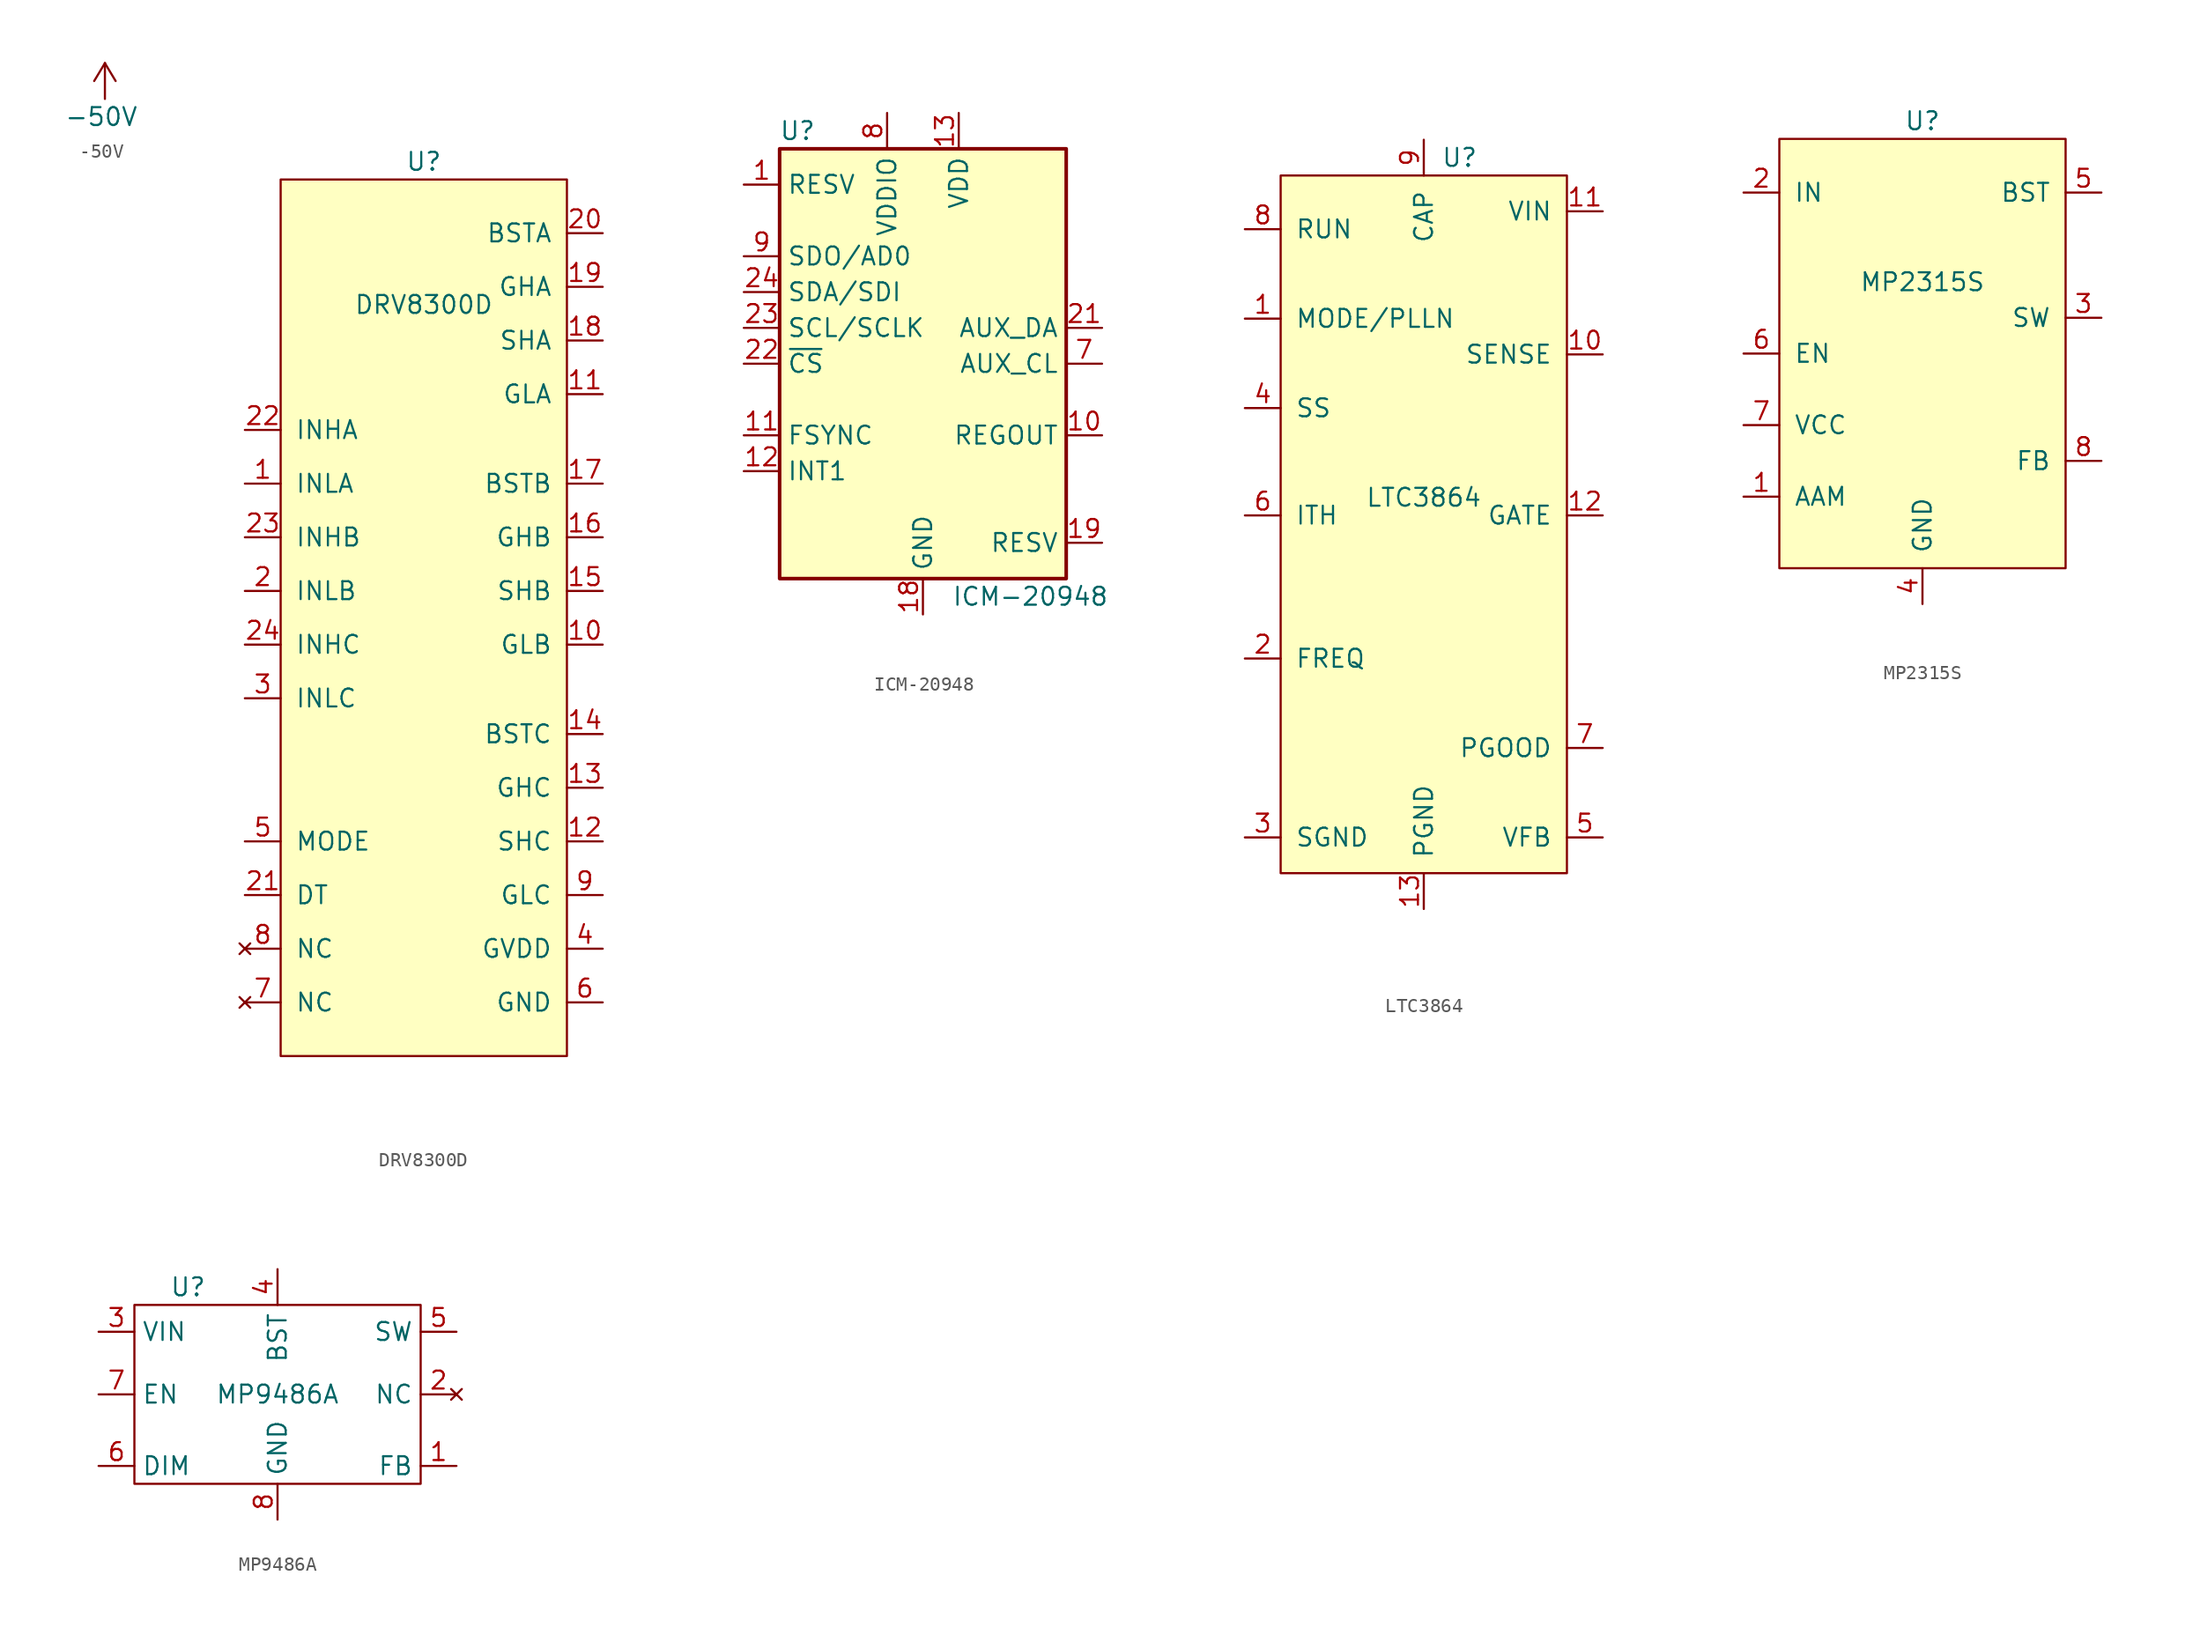
<source format=kicad_sym>
(kicad_symbol_lib
  (version 20220914)
  (generator kicad_symbol_editor)
  (symbol "-50V"
    (property "Reference" "PWR"
      (at 0 3.302 0)
      (effects (font (size 1.27 1.27)) hide))
    (property "Value" "-50V"
      (at -0.254 -1.27 0)
      (effects (font (size 1.27 1.27))))
    (symbol "-50V_0_1"
      (polyline (pts (xy -0.762 1.27) (xy 0 2.54)) (stroke (width 0) (type default)) (fill (type none)))
      (polyline (pts (xy 0 0) (xy 0 2.54)) (stroke (width 0) (type default)) (fill (type none)))
      (polyline (pts (xy 0 2.54) (xy 0.762 1.27)) (stroke (width 0) (type default)) (fill (type none))))
    (symbol "-50V_1_1"
      (pin power_in line (at 0 0 90) (length 0) hide (name "+50V" (effects (font (size 1.27 1.27)))) (number "1" (effects (font (size 1.27 1.27)))))))
  (symbol "DRV8300D"
    (pin_names
      (offset 1.016))
    (property "Reference" "U"
      (at 0 30.48 0)
      (effects (font (size 1.27 1.27))))
    (property "Value" "DRV8300D"
      (at 0 20.32 0)
      (effects (font (size 1.27 1.27))))
    (symbol "DRV8300D_0_1"
      (rectangle (start 10.16 -33.02) (end -10.16 29.21) (stroke (width 0) (type default)) (fill (type background))))
    (symbol "DRV8300D_1_1"
      (pin input line (at -12.7 7.62 0) (length 2.54) (name "INLA" (effects (font (size 1.27 1.27)))) (number "1" (effects (font (size 1.27 1.27)))))
      (pin output line (at 12.7 -3.81 180) (length 2.54) (name "GLB" (effects (font (size 1.27 1.27)))) (number "10" (effects (font (size 1.27 1.27)))))
      (pin output line (at 12.7 13.97 180) (length 2.54) (name "GLA" (effects (font (size 1.27 1.27)))) (number "11" (effects (font (size 1.27 1.27)))))
      (pin input line (at 12.7 -17.78 180) (length 2.54) (name "SHC" (effects (font (size 1.27 1.27)))) (number "12" (effects (font (size 1.27 1.27)))))
      (pin output line (at 12.7 -13.97 180) (length 2.54) (name "GHC" (effects (font (size 1.27 1.27)))) (number "13" (effects (font (size 1.27 1.27)))))
      (pin output line (at 12.7 -10.16 180) (length 2.54) (name "BSTC" (effects (font (size 1.27 1.27)))) (number "14" (effects (font (size 1.27 1.27)))))
      (pin input line (at 12.7 0 180) (length 2.54) (name "SHB" (effects (font (size 1.27 1.27)))) (number "15" (effects (font (size 1.27 1.27)))))
      (pin output line (at 12.7 3.81 180) (length 2.54) (name "GHB" (effects (font (size 1.27 1.27)))) (number "16" (effects (font (size 1.27 1.27)))))
      (pin output line (at 12.7 7.62 180) (length 2.54) (name "BSTB" (effects (font (size 1.27 1.27)))) (number "17" (effects (font (size 1.27 1.27)))))
      (pin input line (at 12.7 17.78 180) (length 2.54) (name "SHA" (effects (font (size 1.27 1.27)))) (number "18" (effects (font (size 1.27 1.27)))))
      (pin output line (at 12.7 21.59 180) (length 2.54) (name "GHA" (effects (font (size 1.27 1.27)))) (number "19" (effects (font (size 1.27 1.27)))))
      (pin input line (at -12.7 0 0) (length 2.54) (name "INLB" (effects (font (size 1.27 1.27)))) (number "2" (effects (font (size 1.27 1.27)))))
      (pin output line (at 12.7 25.4 180) (length 2.54) (name "BSTA" (effects (font (size 1.27 1.27)))) (number "20" (effects (font (size 1.27 1.27)))))
      (pin input line (at -12.7 -21.59 0) (length 2.54) (name "DT" (effects (font (size 1.27 1.27)))) (number "21" (effects (font (size 1.27 1.27)))))
      (pin input line (at -12.7 11.43 0) (length 2.54) (name "INHA" (effects (font (size 1.27 1.27)))) (number "22" (effects (font (size 1.27 1.27)))))
      (pin input line (at -12.7 3.81 0) (length 2.54) (name "INHB" (effects (font (size 1.27 1.27)))) (number "23" (effects (font (size 1.27 1.27)))))
      (pin input line (at -12.7 -3.81 0) (length 2.54) (name "INHC" (effects (font (size 1.27 1.27)))) (number "24" (effects (font (size 1.27 1.27)))))
      (pin power_in line (at 12.7 -29.21 180) (length 2.54) hide (name "GND" (effects (font (size 1.27 1.27)))) (number "25" (effects (font (size 1.27 1.27)))))
      (pin input line (at -12.7 -7.62 0) (length 2.54) (name "INLC" (effects (font (size 1.27 1.27)))) (number "3" (effects (font (size 1.27 1.27)))))
      (pin power_in line (at 12.7 -25.4 180) (length 2.54) (name "GVDD" (effects (font (size 1.27 1.27)))) (number "4" (effects (font (size 1.27 1.27)))))
      (pin input line (at -12.7 -17.78 0) (length 2.54) (name "MODE" (effects (font (size 1.27 1.27)))) (number "5" (effects (font (size 1.27 1.27)))))
      (pin power_in line (at 12.7 -29.21 180) (length 2.54) (name "GND" (effects (font (size 1.27 1.27)))) (number "6" (effects (font (size 1.27 1.27)))))
      (pin no_connect line (at -12.7 -29.21 0) (length 2.54) (name "NC" (effects (font (size 1.27 1.27)))) (number "7" (effects (font (size 1.27 1.27)))))
      (pin no_connect line (at -12.7 -25.4 0) (length 2.54) (name "NC" (effects (font (size 1.27 1.27)))) (number "8" (effects (font (size 1.27 1.27)))))
      (pin output line (at 12.7 -21.59 180) (length 2.54) (name "GLC" (effects (font (size 1.27 1.27)))) (number "9" (effects (font (size 1.27 1.27)))))))
  (symbol "ICM-20948"
    (property "Reference" "U"
      (at -8.89 16.51 0)
      (effects (font (size 1.27 1.27))))
    (property "Value" "ICM-20948"
      (at 7.62 -16.51 0)
      (effects (font (size 1.27 1.27))))
    (symbol "ICM-20948_0_1"
      (rectangle (start -10.16 15.24) (end 10.16 -15.24) (stroke (width 0.254) (type default)) (fill (type background))))
    (symbol "ICM-20948_1_1"
      (pin power_in line (at -12.7 12.7 0) (length 2.54) (name "RESV" (effects (font (size 1.27 1.27)))) (number "1" (effects (font (size 1.27 1.27)))))
      (pin passive line (at 12.7 -5.08 180) (length 2.54) (name "REGOUT" (effects (font (size 1.27 1.27)))) (number "10" (effects (font (size 1.27 1.27)))))
      (pin input line (at -12.7 -5.08 0) (length 2.54) (name "FSYNC" (effects (font (size 1.27 1.27)))) (number "11" (effects (font (size 1.27 1.27)))))
      (pin output line (at -12.7 -7.62 0) (length 2.54) (name "INT1" (effects (font (size 1.27 1.27)))) (number "12" (effects (font (size 1.27 1.27)))))
      (pin power_in line (at 2.54 17.78 270) (length 2.54) (name "VDD" (effects (font (size 1.27 1.27)))) (number "13" (effects (font (size 1.27 1.27)))))
      (pin no_connect line (at 10.16 7.62 180) (length 2.54) hide (name "NC" (effects (font (size 1.27 1.27)))) (number "14" (effects (font (size 1.27 1.27)))))
      (pin no_connect line (at 10.16 5.08 180) (length 2.54) hide (name "NC" (effects (font (size 1.27 1.27)))) (number "15" (effects (font (size 1.27 1.27)))))
      (pin no_connect line (at 10.16 -7.62 180) (length 2.54) hide (name "NC" (effects (font (size 1.27 1.27)))) (number "16" (effects (font (size 1.27 1.27)))))
      (pin no_connect line (at 10.16 -10.16 180) (length 2.54) hide (name "NC" (effects (font (size 1.27 1.27)))) (number "17" (effects (font (size 1.27 1.27)))))
      (pin power_in line (at 0 -17.78 90) (length 2.54) (name "GND" (effects (font (size 1.27 1.27)))) (number "18" (effects (font (size 1.27 1.27)))))
      (pin power_in line (at 12.7 -12.7 180) (length 2.54) (name "RESV" (effects (font (size 1.27 1.27)))) (number "19" (effects (font (size 1.27 1.27)))))
      (pin no_connect line (at -10.16 10.16 0) (length 2.54) hide (name "NC" (effects (font (size 1.27 1.27)))) (number "2" (effects (font (size 1.27 1.27)))))
      (pin passive line (at 0 -17.78 90) (length 2.54) hide (name "GND" (effects (font (size 1.27 1.27)))) (number "20" (effects (font (size 1.27 1.27)))))
      (pin bidirectional line (at 12.7 2.54 180) (length 2.54) (name "AUX_DA" (effects (font (size 1.27 1.27)))) (number "21" (effects (font (size 1.27 1.27)))))
      (pin input line (at -12.7 0 0) (length 2.54) (name "~{CS}" (effects (font (size 1.27 1.27)))) (number "22" (effects (font (size 1.27 1.27)))))
      (pin input line (at -12.7 2.54 0) (length 2.54) (name "SCL/SCLK" (effects (font (size 1.27 1.27)))) (number "23" (effects (font (size 1.27 1.27)))))
      (pin bidirectional line (at -12.7 5.08 0) (length 2.54) (name "SDA/SDI" (effects (font (size 1.27 1.27)))) (number "24" (effects (font (size 1.27 1.27)))))
      (pin no_connect line (at -10.16 -2.54 0) (length 2.54) hide (name "NC" (effects (font (size 1.27 1.27)))) (number "3" (effects (font (size 1.27 1.27)))))
      (pin no_connect line (at -10.16 -10.16 0) (length 2.54) hide (name "NC" (effects (font (size 1.27 1.27)))) (number "4" (effects (font (size 1.27 1.27)))))
      (pin no_connect line (at -10.16 -12.7 0) (length 2.54) hide (name "NC" (effects (font (size 1.27 1.27)))) (number "5" (effects (font (size 1.27 1.27)))))
      (pin no_connect line (at 10.16 10.16 180) (length 2.54) hide (name "NC" (effects (font (size 1.27 1.27)))) (number "6" (effects (font (size 1.27 1.27)))))
      (pin output line (at 12.7 0 180) (length 2.54) (name "AUX_CL" (effects (font (size 1.27 1.27)))) (number "7" (effects (font (size 1.27 1.27)))))
      (pin power_in line (at -2.54 17.78 270) (length 2.54) (name "VDDIO" (effects (font (size 1.27 1.27)))) (number "8" (effects (font (size 1.27 1.27)))))
      (pin bidirectional line (at -12.7 7.62 0) (length 2.54) (name "SDO/AD0" (effects (font (size 1.27 1.27)))) (number "9" (effects (font (size 1.27 1.27)))))))
  (symbol "LTC3864"
    (pin_names
      (offset 1.016))
    (property "Reference" "U"
      (at 2.54 25.4 0)
      (effects (font (size 1.27 1.27))))
    (property "Value" "LTC3864"
      (at 0 1.27 0)
      (effects (font (size 1.27 1.27))))
    (symbol "LTC3864_0_1"
      (rectangle (start -10.16 24.13) (end 10.16 -25.4) (stroke (width 0) (type default)) (fill (type background))))
    (symbol "LTC3864_1_1"
      (pin input line (at -12.7 13.97 0) (length 2.54) (name "MODE/PLLN" (effects (font (size 1.27 1.27)))) (number "1" (effects (font (size 1.27 1.27)))))
      (pin input line (at 12.7 11.43 180) (length 2.54) (name "SENSE" (effects (font (size 1.27 1.27)))) (number "10" (effects (font (size 1.27 1.27)))))
      (pin power_in line (at 12.7 21.59 180) (length 2.54) (name "VIN" (effects (font (size 1.27 1.27)))) (number "11" (effects (font (size 1.27 1.27)))))
      (pin output line (at 12.7 0 180) (length 2.54) (name "GATE" (effects (font (size 1.27 1.27)))) (number "12" (effects (font (size 1.27 1.27)))))
      (pin power_in line (at 0 -27.94 90) (length 2.54) (name "PGND" (effects (font (size 1.27 1.27)))) (number "13" (effects (font (size 1.27 1.27)))))
      (pin input line (at -12.7 -10.16 0) (length 2.54) (name "FREQ" (effects (font (size 1.27 1.27)))) (number "2" (effects (font (size 1.27 1.27)))))
      (pin power_in line (at -12.7 -22.86 0) (length 2.54) (name "SGND" (effects (font (size 1.27 1.27)))) (number "3" (effects (font (size 1.27 1.27)))))
      (pin input line (at -12.7 7.62 0) (length 2.54) (name "SS" (effects (font (size 1.27 1.27)))) (number "4" (effects (font (size 1.27 1.27)))))
      (pin output line (at 12.7 -22.86 180) (length 2.54) (name "VFB" (effects (font (size 1.27 1.27)))) (number "5" (effects (font (size 1.27 1.27)))))
      (pin output line (at -12.7 0 0) (length 2.54) (name "ITH" (effects (font (size 1.27 1.27)))) (number "6" (effects (font (size 1.27 1.27)))))
      (pin output line (at 12.7 -16.51 180) (length 2.54) (name "PGOOD" (effects (font (size 1.27 1.27)))) (number "7" (effects (font (size 1.27 1.27)))))
      (pin input line (at -12.7 20.32 0) (length 2.54) (name "RUN" (effects (font (size 1.27 1.27)))) (number "8" (effects (font (size 1.27 1.27)))))
      (pin power_in line (at 0 26.67 270) (length 2.54) (name "CAP" (effects (font (size 1.27 1.27)))) (number "9" (effects (font (size 1.27 1.27)))))))
  (symbol "MP2315S"
    (pin_names
      (offset 1.016))
    (property "Reference" "U"
      (at 0 13.97 0)
      (effects (font (size 1.27 1.27))))
    (property "Value" "MP2315S"
      (at 0 2.54 0)
      (effects (font (size 1.27 1.27))))
    (symbol "MP2315S_0_1"
      (rectangle (start -10.16 12.7) (end 10.16 -17.78) (stroke (width 0) (type default)) (fill (type background))))
    (symbol "MP2315S_1_1"
      (pin input line (at -12.7 -12.7 0) (length 2.54) (name "AAM" (effects (font (size 1.27 1.27)))) (number "1" (effects (font (size 1.27 1.27)))))
      (pin power_in line (at -12.7 8.89 0) (length 2.54) (name "IN" (effects (font (size 1.27 1.27)))) (number "2" (effects (font (size 1.27 1.27)))))
      (pin output line (at 12.7 0 180) (length 2.54) (name "SW" (effects (font (size 1.27 1.27)))) (number "3" (effects (font (size 1.27 1.27)))))
      (pin power_in line (at 0 -20.32 90) (length 2.54) (name "GND" (effects (font (size 1.27 1.27)))) (number "4" (effects (font (size 1.27 1.27)))))
      (pin input line (at 12.7 8.89 180) (length 2.54) (name "BST" (effects (font (size 1.27 1.27)))) (number "5" (effects (font (size 1.27 1.27)))))
      (pin input line (at -12.7 -2.54 0) (length 2.54) (name "EN" (effects (font (size 1.27 1.27)))) (number "6" (effects (font (size 1.27 1.27)))))
      (pin power_in line (at -12.7 -7.62 0) (length 2.54) (name "VCC" (effects (font (size 1.27 1.27)))) (number "7" (effects (font (size 1.27 1.27)))))
      (pin input line (at 12.7 -10.16 180) (length 2.54) (name "FB" (effects (font (size 1.27 1.27)))) (number "8" (effects (font (size 1.27 1.27)))))))
  (symbol "MP9486A"
    (property "Reference" "U"
      (at -6.35 7.62 0)
      (effects (font (size 1.27 1.27))))
    (property "Value" "MP9486A"
      (at 0 0 0)
      (effects (font (size 1.27 1.27))))
    (symbol "MP9486A_0_1"
      (rectangle (start -10.16 6.35) (end 10.16 -6.35) (stroke (width 0.152) (type default)) (fill (type none))))
    (symbol "MP9486A_1_1"
      (pin input line (at 12.7 -5.08 180) (length 2.54) (name "FB" (effects (font (size 1.27 1.27)))) (number "1" (effects (font (size 1.27 1.27)))))
      (pin no_connect line (at 12.7 0 180) (length 2.54) (name "NC" (effects (font (size 1.27 1.27)))) (number "2" (effects (font (size 1.27 1.27)))))
      (pin power_in line (at -12.7 4.445 0) (length 2.54) (name "VIN" (effects (font (size 1.27 1.27)))) (number "3" (effects (font (size 1.27 1.27)))))
      (pin input line (at 0 8.89 270) (length 2.54) (name "BST" (effects (font (size 1.27 1.27)))) (number "4" (effects (font (size 1.27 1.27)))))
      (pin output line (at 12.7 4.445 180) (length 2.54) (name "SW" (effects (font (size 1.27 1.27)))) (number "5" (effects (font (size 1.27 1.27)))))
      (pin passive line (at -12.7 -5.08 0) (length 2.54) (name "DIM" (effects (font (size 1.27 1.27)))) (number "6" (effects (font (size 1.27 1.27)))))
      (pin passive line (at -12.7 0 0) (length 2.54) (name "EN" (effects (font (size 1.27 1.27)))) (number "7" (effects (font (size 1.27 1.27)))))
      (pin power_in line (at 0 -8.89 90) (length 2.54) (name "GND" (effects (font (size 1.27 1.27)))) (number "8" (effects (font (size 1.27 1.27)))))
      (pin power_in line (at 0 -8.89 90) (length 2.54) hide (name "GND" (effects (font (size 1.27 1.27)))) (number "9" (effects (font (size 1.27 1.27))))))))
</source>
